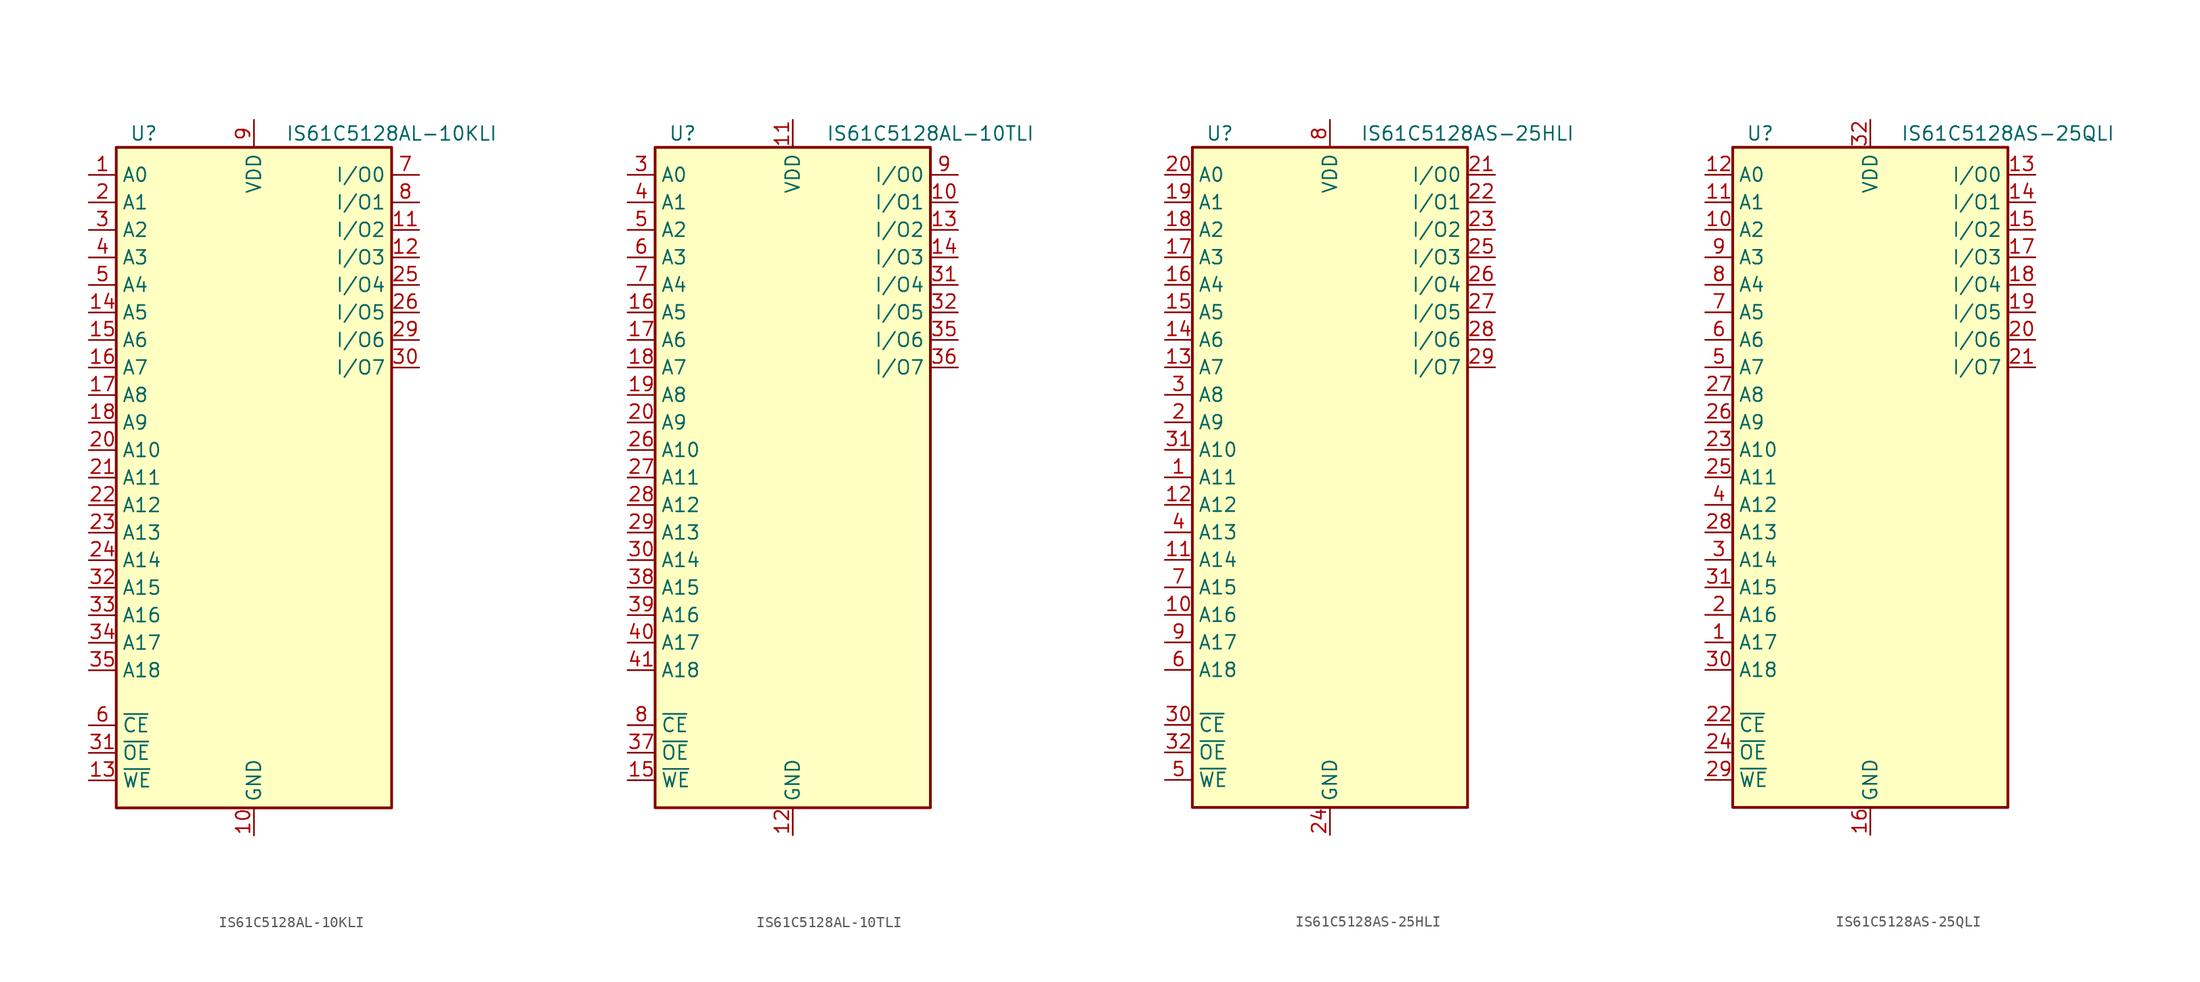
<source format=kicad_sym>
(kicad_symbol_lib
  (version 20201005)
  (generator kicad_symbol_editor)
  (symbol "Memory_RAM:IS61C5128AL-10KLI"
    (property "Reference" "U"
      (at -10.16 31.75 0)
      (effects (font (size 1.27 1.27))))
    (property "Value" "IS61C5128AL-10KLI"
      (at 12.7 31.75 0)
      (effects (font (size 1.27 1.27))))
    (symbol "IS61C5128AL-10KLI_0_1"
      (rectangle (start -12.7 30.48) (end 12.7 -30.48) (stroke (width 0.254)) (fill (type background))))
    (symbol "IS61C5128AL-10KLI_1_1"
      (pin input line (at -15.24 27.94 0) (length 2.54) (name "A0" (effects (font (size 1.27 1.27)))) (number "1" (effects (font (size 1.27 1.27)))))
      (pin power_in line (at 0 -33.02 90) (length 2.54) (name "GND" (effects (font (size 1.27 1.27)))) (number "10" (effects (font (size 1.27 1.27)))))
      (pin bidirectional line (at 15.24 22.86 180) (length 2.54) (name "I/O2" (effects (font (size 1.27 1.27)))) (number "11" (effects (font (size 1.27 1.27)))))
      (pin bidirectional line (at 15.24 20.32 180) (length 2.54) (name "I/O3" (effects (font (size 1.27 1.27)))) (number "12" (effects (font (size 1.27 1.27)))))
      (pin input line (at -15.24 -27.94 0) (length 2.54) (name "~WE" (effects (font (size 1.27 1.27)))) (number "13" (effects (font (size 1.27 1.27)))))
      (pin input line (at -15.24 15.24 0) (length 2.54) (name "A5" (effects (font (size 1.27 1.27)))) (number "14" (effects (font (size 1.27 1.27)))))
      (pin input line (at -15.24 12.7 0) (length 2.54) (name "A6" (effects (font (size 1.27 1.27)))) (number "15" (effects (font (size 1.27 1.27)))))
      (pin input line (at -15.24 10.16 0) (length 2.54) (name "A7" (effects (font (size 1.27 1.27)))) (number "16" (effects (font (size 1.27 1.27)))))
      (pin input line (at -15.24 7.62 0) (length 2.54) (name "A8" (effects (font (size 1.27 1.27)))) (number "17" (effects (font (size 1.27 1.27)))))
      (pin input line (at -15.24 5.08 0) (length 2.54) (name "A9" (effects (font (size 1.27 1.27)))) (number "18" (effects (font (size 1.27 1.27)))))
      (pin no_connect line (at 12.7 -27.94 180) (length 2.54) hide (name "NC" (effects (font (size 1.27 1.27)))) (number "19" (effects (font (size 1.27 1.27)))))
      (pin input line (at -15.24 25.4 0) (length 2.54) (name "A1" (effects (font (size 1.27 1.27)))) (number "2" (effects (font (size 1.27 1.27)))))
      (pin input line (at -15.24 2.54 0) (length 2.54) (name "A10" (effects (font (size 1.27 1.27)))) (number "20" (effects (font (size 1.27 1.27)))))
      (pin input line (at -15.24 0 0) (length 2.54) (name "A11" (effects (font (size 1.27 1.27)))) (number "21" (effects (font (size 1.27 1.27)))))
      (pin input line (at -15.24 -2.54 0) (length 2.54) (name "A12" (effects (font (size 1.27 1.27)))) (number "22" (effects (font (size 1.27 1.27)))))
      (pin input line (at -15.24 -5.08 0) (length 2.54) (name "A13" (effects (font (size 1.27 1.27)))) (number "23" (effects (font (size 1.27 1.27)))))
      (pin input line (at -15.24 -7.62 0) (length 2.54) (name "A14" (effects (font (size 1.27 1.27)))) (number "24" (effects (font (size 1.27 1.27)))))
      (pin bidirectional line (at 15.24 17.78 180) (length 2.54) (name "I/O4" (effects (font (size 1.27 1.27)))) (number "25" (effects (font (size 1.27 1.27)))))
      (pin bidirectional line (at 15.24 15.24 180) (length 2.54) (name "I/O5" (effects (font (size 1.27 1.27)))) (number "26" (effects (font (size 1.27 1.27)))))
      (pin passive line (at 0 33.02 270) (length 2.54) hide (name "VDD" (effects (font (size 1.27 1.27)))) (number "27" (effects (font (size 1.27 1.27)))))
      (pin passive line (at 0 -33.02 90) (length 2.54) hide (name "GND" (effects (font (size 1.27 1.27)))) (number "28" (effects (font (size 1.27 1.27)))))
      (pin bidirectional line (at 15.24 12.7 180) (length 2.54) (name "I/O6" (effects (font (size 1.27 1.27)))) (number "29" (effects (font (size 1.27 1.27)))))
      (pin input line (at -15.24 22.86 0) (length 2.54) (name "A2" (effects (font (size 1.27 1.27)))) (number "3" (effects (font (size 1.27 1.27)))))
      (pin bidirectional line (at 15.24 10.16 180) (length 2.54) (name "I/O7" (effects (font (size 1.27 1.27)))) (number "30" (effects (font (size 1.27 1.27)))))
      (pin input line (at -15.24 -25.4 0) (length 2.54) (name "~OE" (effects (font (size 1.27 1.27)))) (number "31" (effects (font (size 1.27 1.27)))))
      (pin input line (at -15.24 -10.16 0) (length 2.54) (name "A15" (effects (font (size 1.27 1.27)))) (number "32" (effects (font (size 1.27 1.27)))))
      (pin input line (at -15.24 -12.7 0) (length 2.54) (name "A16" (effects (font (size 1.27 1.27)))) (number "33" (effects (font (size 1.27 1.27)))))
      (pin input line (at -15.24 -15.24 0) (length 2.54) (name "A17" (effects (font (size 1.27 1.27)))) (number "34" (effects (font (size 1.27 1.27)))))
      (pin input line (at -15.24 -17.78 0) (length 2.54) (name "A18" (effects (font (size 1.27 1.27)))) (number "35" (effects (font (size 1.27 1.27)))))
      (pin no_connect line (at 12.7 -25.4 180) (length 2.54) hide (name "NC" (effects (font (size 1.27 1.27)))) (number "36" (effects (font (size 1.27 1.27)))))
      (pin input line (at -15.24 20.32 0) (length 2.54) (name "A3" (effects (font (size 1.27 1.27)))) (number "4" (effects (font (size 1.27 1.27)))))
      (pin input line (at -15.24 17.78 0) (length 2.54) (name "A4" (effects (font (size 1.27 1.27)))) (number "5" (effects (font (size 1.27 1.27)))))
      (pin input line (at -15.24 -22.86 0) (length 2.54) (name "~CE" (effects (font (size 1.27 1.27)))) (number "6" (effects (font (size 1.27 1.27)))))
      (pin bidirectional line (at 15.24 27.94 180) (length 2.54) (name "I/O0" (effects (font (size 1.27 1.27)))) (number "7" (effects (font (size 1.27 1.27)))))
      (pin bidirectional line (at 15.24 25.4 180) (length 2.54) (name "I/O1" (effects (font (size 1.27 1.27)))) (number "8" (effects (font (size 1.27 1.27)))))
      (pin power_in line (at 0 33.02 270) (length 2.54) (name "VDD" (effects (font (size 1.27 1.27)))) (number "9" (effects (font (size 1.27 1.27)))))))
  (symbol "Memory_RAM:IS61C5128AL-10TLI"
    (property "Reference" "U"
      (at -10.16 31.75 0)
      (effects (font (size 1.27 1.27))))
    (property "Value" "IS61C5128AL-10TLI"
      (at 12.7 31.75 0)
      (effects (font (size 1.27 1.27))))
    (symbol "IS61C5128AL-10TLI_0_1"
      (rectangle (start -12.7 30.48) (end 12.7 -30.48) (stroke (width 0.254)) (fill (type background))))
    (symbol "IS61C5128AL-10TLI_1_1"
      (pin no_connect line (at 12.7 -27.94 180) (length 2.54) hide (name "NC" (effects (font (size 1.27 1.27)))) (number "1" (effects (font (size 1.27 1.27)))))
      (pin bidirectional line (at 15.24 25.4 180) (length 2.54) (name "I/O1" (effects (font (size 1.27 1.27)))) (number "10" (effects (font (size 1.27 1.27)))))
      (pin power_in line (at 0 33.02 270) (length 2.54) (name "VDD" (effects (font (size 1.27 1.27)))) (number "11" (effects (font (size 1.27 1.27)))))
      (pin power_in line (at 0 -33.02 90) (length 2.54) (name "GND" (effects (font (size 1.27 1.27)))) (number "12" (effects (font (size 1.27 1.27)))))
      (pin bidirectional line (at 15.24 22.86 180) (length 2.54) (name "I/O2" (effects (font (size 1.27 1.27)))) (number "13" (effects (font (size 1.27 1.27)))))
      (pin bidirectional line (at 15.24 20.32 180) (length 2.54) (name "I/O3" (effects (font (size 1.27 1.27)))) (number "14" (effects (font (size 1.27 1.27)))))
      (pin input line (at -15.24 -27.94 0) (length 2.54) (name "~WE" (effects (font (size 1.27 1.27)))) (number "15" (effects (font (size 1.27 1.27)))))
      (pin input line (at -15.24 15.24 0) (length 2.54) (name "A5" (effects (font (size 1.27 1.27)))) (number "16" (effects (font (size 1.27 1.27)))))
      (pin input line (at -15.24 12.7 0) (length 2.54) (name "A6" (effects (font (size 1.27 1.27)))) (number "17" (effects (font (size 1.27 1.27)))))
      (pin input line (at -15.24 10.16 0) (length 2.54) (name "A7" (effects (font (size 1.27 1.27)))) (number "18" (effects (font (size 1.27 1.27)))))
      (pin input line (at -15.24 7.62 0) (length 2.54) (name "A8" (effects (font (size 1.27 1.27)))) (number "19" (effects (font (size 1.27 1.27)))))
      (pin no_connect line (at 12.7 -25.4 180) (length 2.54) hide (name "NC" (effects (font (size 1.27 1.27)))) (number "2" (effects (font (size 1.27 1.27)))))
      (pin input line (at -15.24 5.08 0) (length 2.54) (name "A9" (effects (font (size 1.27 1.27)))) (number "20" (effects (font (size 1.27 1.27)))))
      (pin no_connect line (at 12.7 -22.86 180) (length 2.54) hide (name "NC" (effects (font (size 1.27 1.27)))) (number "21" (effects (font (size 1.27 1.27)))))
      (pin no_connect line (at 12.7 -20.32 180) (length 2.54) hide (name "NC" (effects (font (size 1.27 1.27)))) (number "22" (effects (font (size 1.27 1.27)))))
      (pin no_connect line (at 12.7 -17.78 180) (length 2.54) hide (name "NC" (effects (font (size 1.27 1.27)))) (number "23" (effects (font (size 1.27 1.27)))))
      (pin no_connect line (at 12.7 -15.24 180) (length 2.54) hide (name "NC" (effects (font (size 1.27 1.27)))) (number "24" (effects (font (size 1.27 1.27)))))
      (pin no_connect line (at 12.7 -12.7 180) (length 2.54) hide (name "NC" (effects (font (size 1.27 1.27)))) (number "25" (effects (font (size 1.27 1.27)))))
      (pin input line (at -15.24 2.54 0) (length 2.54) (name "A10" (effects (font (size 1.27 1.27)))) (number "26" (effects (font (size 1.27 1.27)))))
      (pin input line (at -15.24 0 0) (length 2.54) (name "A11" (effects (font (size 1.27 1.27)))) (number "27" (effects (font (size 1.27 1.27)))))
      (pin input line (at -15.24 -2.54 0) (length 2.54) (name "A12" (effects (font (size 1.27 1.27)))) (number "28" (effects (font (size 1.27 1.27)))))
      (pin input line (at -15.24 -5.08 0) (length 2.54) (name "A13" (effects (font (size 1.27 1.27)))) (number "29" (effects (font (size 1.27 1.27)))))
      (pin input line (at -15.24 27.94 0) (length 2.54) (name "A0" (effects (font (size 1.27 1.27)))) (number "3" (effects (font (size 1.27 1.27)))))
      (pin input line (at -15.24 -7.62 0) (length 2.54) (name "A14" (effects (font (size 1.27 1.27)))) (number "30" (effects (font (size 1.27 1.27)))))
      (pin bidirectional line (at 15.24 17.78 180) (length 2.54) (name "I/O4" (effects (font (size 1.27 1.27)))) (number "31" (effects (font (size 1.27 1.27)))))
      (pin bidirectional line (at 15.24 15.24 180) (length 2.54) (name "I/O5" (effects (font (size 1.27 1.27)))) (number "32" (effects (font (size 1.27 1.27)))))
      (pin passive line (at 0 33.02 270) (length 2.54) hide (name "VDD" (effects (font (size 1.27 1.27)))) (number "33" (effects (font (size 1.27 1.27)))))
      (pin passive line (at 0 -33.02 90) (length 2.54) hide (name "GND" (effects (font (size 1.27 1.27)))) (number "34" (effects (font (size 1.27 1.27)))))
      (pin bidirectional line (at 15.24 12.7 180) (length 2.54) (name "I/O6" (effects (font (size 1.27 1.27)))) (number "35" (effects (font (size 1.27 1.27)))))
      (pin bidirectional line (at 15.24 10.16 180) (length 2.54) (name "I/O7" (effects (font (size 1.27 1.27)))) (number "36" (effects (font (size 1.27 1.27)))))
      (pin input line (at -15.24 -25.4 0) (length 2.54) (name "~OE" (effects (font (size 1.27 1.27)))) (number "37" (effects (font (size 1.27 1.27)))))
      (pin input line (at -15.24 -10.16 0) (length 2.54) (name "A15" (effects (font (size 1.27 1.27)))) (number "38" (effects (font (size 1.27 1.27)))))
      (pin input line (at -15.24 -12.7 0) (length 2.54) (name "A16" (effects (font (size 1.27 1.27)))) (number "39" (effects (font (size 1.27 1.27)))))
      (pin input line (at -15.24 25.4 0) (length 2.54) (name "A1" (effects (font (size 1.27 1.27)))) (number "4" (effects (font (size 1.27 1.27)))))
      (pin input line (at -15.24 -15.24 0) (length 2.54) (name "A17" (effects (font (size 1.27 1.27)))) (number "40" (effects (font (size 1.27 1.27)))))
      (pin input line (at -15.24 -17.78 0) (length 2.54) (name "A18" (effects (font (size 1.27 1.27)))) (number "41" (effects (font (size 1.27 1.27)))))
      (pin no_connect line (at 12.7 -10.16 180) (length 2.54) hide (name "NC" (effects (font (size 1.27 1.27)))) (number "42" (effects (font (size 1.27 1.27)))))
      (pin no_connect line (at 12.7 -7.62 180) (length 2.54) hide (name "NC" (effects (font (size 1.27 1.27)))) (number "43" (effects (font (size 1.27 1.27)))))
      (pin no_connect line (at 12.7 -5.08 180) (length 2.54) hide (name "NC" (effects (font (size 1.27 1.27)))) (number "44" (effects (font (size 1.27 1.27)))))
      (pin input line (at -15.24 22.86 0) (length 2.54) (name "A2" (effects (font (size 1.27 1.27)))) (number "5" (effects (font (size 1.27 1.27)))))
      (pin input line (at -15.24 20.32 0) (length 2.54) (name "A3" (effects (font (size 1.27 1.27)))) (number "6" (effects (font (size 1.27 1.27)))))
      (pin input line (at -15.24 17.78 0) (length 2.54) (name "A4" (effects (font (size 1.27 1.27)))) (number "7" (effects (font (size 1.27 1.27)))))
      (pin input line (at -15.24 -22.86 0) (length 2.54) (name "~CE" (effects (font (size 1.27 1.27)))) (number "8" (effects (font (size 1.27 1.27)))))
      (pin bidirectional line (at 15.24 27.94 180) (length 2.54) (name "I/O0" (effects (font (size 1.27 1.27)))) (number "9" (effects (font (size 1.27 1.27)))))))
  (symbol "Memory_RAM:IS61C5128AS-25HLI"
    (property "Reference" "U"
      (at -10.16 31.75 0)
      (effects (font (size 1.27 1.27))))
    (property "Value" "IS61C5128AS-25HLI"
      (at 12.7 31.75 0)
      (effects (font (size 1.27 1.27))))
    (symbol "IS61C5128AS-25HLI_0_1"
      (rectangle (start -12.7 30.48) (end 12.7 -30.48) (stroke (width 0.254)) (fill (type background))))
    (symbol "IS61C5128AS-25HLI_1_1"
      (pin input line (at -15.24 0 0) (length 2.54) (name "A11" (effects (font (size 1.27 1.27)))) (number "1" (effects (font (size 1.27 1.27)))))
      (pin input line (at -15.24 -12.7 0) (length 2.54) (name "A16" (effects (font (size 1.27 1.27)))) (number "10" (effects (font (size 1.27 1.27)))))
      (pin input line (at -15.24 -7.62 0) (length 2.54) (name "A14" (effects (font (size 1.27 1.27)))) (number "11" (effects (font (size 1.27 1.27)))))
      (pin input line (at -15.24 -2.54 0) (length 2.54) (name "A12" (effects (font (size 1.27 1.27)))) (number "12" (effects (font (size 1.27 1.27)))))
      (pin input line (at -15.24 10.16 0) (length 2.54) (name "A7" (effects (font (size 1.27 1.27)))) (number "13" (effects (font (size 1.27 1.27)))))
      (pin input line (at -15.24 12.7 0) (length 2.54) (name "A6" (effects (font (size 1.27 1.27)))) (number "14" (effects (font (size 1.27 1.27)))))
      (pin input line (at -15.24 15.24 0) (length 2.54) (name "A5" (effects (font (size 1.27 1.27)))) (number "15" (effects (font (size 1.27 1.27)))))
      (pin input line (at -15.24 17.78 0) (length 2.54) (name "A4" (effects (font (size 1.27 1.27)))) (number "16" (effects (font (size 1.27 1.27)))))
      (pin input line (at -15.24 20.32 0) (length 2.54) (name "A3" (effects (font (size 1.27 1.27)))) (number "17" (effects (font (size 1.27 1.27)))))
      (pin input line (at -15.24 22.86 0) (length 2.54) (name "A2" (effects (font (size 1.27 1.27)))) (number "18" (effects (font (size 1.27 1.27)))))
      (pin input line (at -15.24 25.4 0) (length 2.54) (name "A1" (effects (font (size 1.27 1.27)))) (number "19" (effects (font (size 1.27 1.27)))))
      (pin input line (at -15.24 5.08 0) (length 2.54) (name "A9" (effects (font (size 1.27 1.27)))) (number "2" (effects (font (size 1.27 1.27)))))
      (pin input line (at -15.24 27.94 0) (length 2.54) (name "A0" (effects (font (size 1.27 1.27)))) (number "20" (effects (font (size 1.27 1.27)))))
      (pin bidirectional line (at 15.24 27.94 180) (length 2.54) (name "I/O0" (effects (font (size 1.27 1.27)))) (number "21" (effects (font (size 1.27 1.27)))))
      (pin bidirectional line (at 15.24 25.4 180) (length 2.54) (name "I/O1" (effects (font (size 1.27 1.27)))) (number "22" (effects (font (size 1.27 1.27)))))
      (pin bidirectional line (at 15.24 22.86 180) (length 2.54) (name "I/O2" (effects (font (size 1.27 1.27)))) (number "23" (effects (font (size 1.27 1.27)))))
      (pin power_in line (at 0 -33.02 90) (length 2.54) (name "GND" (effects (font (size 1.27 1.27)))) (number "24" (effects (font (size 1.27 1.27)))))
      (pin bidirectional line (at 15.24 20.32 180) (length 2.54) (name "I/O3" (effects (font (size 1.27 1.27)))) (number "25" (effects (font (size 1.27 1.27)))))
      (pin bidirectional line (at 15.24 17.78 180) (length 2.54) (name "I/O4" (effects (font (size 1.27 1.27)))) (number "26" (effects (font (size 1.27 1.27)))))
      (pin bidirectional line (at 15.24 15.24 180) (length 2.54) (name "I/O5" (effects (font (size 1.27 1.27)))) (number "27" (effects (font (size 1.27 1.27)))))
      (pin bidirectional line (at 15.24 12.7 180) (length 2.54) (name "I/O6" (effects (font (size 1.27 1.27)))) (number "28" (effects (font (size 1.27 1.27)))))
      (pin bidirectional line (at 15.24 10.16 180) (length 2.54) (name "I/O7" (effects (font (size 1.27 1.27)))) (number "29" (effects (font (size 1.27 1.27)))))
      (pin input line (at -15.24 7.62 0) (length 2.54) (name "A8" (effects (font (size 1.27 1.27)))) (number "3" (effects (font (size 1.27 1.27)))))
      (pin input line (at -15.24 -22.86 0) (length 2.54) (name "~CE" (effects (font (size 1.27 1.27)))) (number "30" (effects (font (size 1.27 1.27)))))
      (pin input line (at -15.24 2.54 0) (length 2.54) (name "A10" (effects (font (size 1.27 1.27)))) (number "31" (effects (font (size 1.27 1.27)))))
      (pin input line (at -15.24 -25.4 0) (length 2.54) (name "~OE" (effects (font (size 1.27 1.27)))) (number "32" (effects (font (size 1.27 1.27)))))
      (pin input line (at -15.24 -5.08 0) (length 2.54) (name "A13" (effects (font (size 1.27 1.27)))) (number "4" (effects (font (size 1.27 1.27)))))
      (pin input line (at -15.24 -27.94 0) (length 2.54) (name "~WE" (effects (font (size 1.27 1.27)))) (number "5" (effects (font (size 1.27 1.27)))))
      (pin input line (at -15.24 -17.78 0) (length 2.54) (name "A18" (effects (font (size 1.27 1.27)))) (number "6" (effects (font (size 1.27 1.27)))))
      (pin input line (at -15.24 -10.16 0) (length 2.54) (name "A15" (effects (font (size 1.27 1.27)))) (number "7" (effects (font (size 1.27 1.27)))))
      (pin power_in line (at 0 33.02 270) (length 2.54) (name "VDD" (effects (font (size 1.27 1.27)))) (number "8" (effects (font (size 1.27 1.27)))))
      (pin input line (at -15.24 -15.24 0) (length 2.54) (name "A17" (effects (font (size 1.27 1.27)))) (number "9" (effects (font (size 1.27 1.27)))))))
  (symbol "Memory_RAM:IS61C5128AS-25QLI"
    (property "Reference" "U"
      (at -10.16 31.75 0)
      (effects (font (size 1.27 1.27))))
    (property "Value" "IS61C5128AS-25QLI"
      (at 12.7 31.75 0)
      (effects (font (size 1.27 1.27))))
    (symbol "IS61C5128AS-25QLI_0_1"
      (rectangle (start -12.7 30.48) (end 12.7 -30.48) (stroke (width 0.254)) (fill (type background))))
    (symbol "IS61C5128AS-25QLI_1_1"
      (pin input line (at -15.24 -15.24 0) (length 2.54) (name "A17" (effects (font (size 1.27 1.27)))) (number "1" (effects (font (size 1.27 1.27)))))
      (pin input line (at -15.24 22.86 0) (length 2.54) (name "A2" (effects (font (size 1.27 1.27)))) (number "10" (effects (font (size 1.27 1.27)))))
      (pin input line (at -15.24 25.4 0) (length 2.54) (name "A1" (effects (font (size 1.27 1.27)))) (number "11" (effects (font (size 1.27 1.27)))))
      (pin input line (at -15.24 27.94 0) (length 2.54) (name "A0" (effects (font (size 1.27 1.27)))) (number "12" (effects (font (size 1.27 1.27)))))
      (pin bidirectional line (at 15.24 27.94 180) (length 2.54) (name "I/O0" (effects (font (size 1.27 1.27)))) (number "13" (effects (font (size 1.27 1.27)))))
      (pin bidirectional line (at 15.24 25.4 180) (length 2.54) (name "I/O1" (effects (font (size 1.27 1.27)))) (number "14" (effects (font (size 1.27 1.27)))))
      (pin bidirectional line (at 15.24 22.86 180) (length 2.54) (name "I/O2" (effects (font (size 1.27 1.27)))) (number "15" (effects (font (size 1.27 1.27)))))
      (pin power_in line (at 0 -33.02 90) (length 2.54) (name "GND" (effects (font (size 1.27 1.27)))) (number "16" (effects (font (size 1.27 1.27)))))
      (pin bidirectional line (at 15.24 20.32 180) (length 2.54) (name "I/O3" (effects (font (size 1.27 1.27)))) (number "17" (effects (font (size 1.27 1.27)))))
      (pin bidirectional line (at 15.24 17.78 180) (length 2.54) (name "I/O4" (effects (font (size 1.27 1.27)))) (number "18" (effects (font (size 1.27 1.27)))))
      (pin bidirectional line (at 15.24 15.24 180) (length 2.54) (name "I/O5" (effects (font (size 1.27 1.27)))) (number "19" (effects (font (size 1.27 1.27)))))
      (pin input line (at -15.24 -12.7 0) (length 2.54) (name "A16" (effects (font (size 1.27 1.27)))) (number "2" (effects (font (size 1.27 1.27)))))
      (pin bidirectional line (at 15.24 12.7 180) (length 2.54) (name "I/O6" (effects (font (size 1.27 1.27)))) (number "20" (effects (font (size 1.27 1.27)))))
      (pin bidirectional line (at 15.24 10.16 180) (length 2.54) (name "I/O7" (effects (font (size 1.27 1.27)))) (number "21" (effects (font (size 1.27 1.27)))))
      (pin input line (at -15.24 -22.86 0) (length 2.54) (name "~CE" (effects (font (size 1.27 1.27)))) (number "22" (effects (font (size 1.27 1.27)))))
      (pin input line (at -15.24 2.54 0) (length 2.54) (name "A10" (effects (font (size 1.27 1.27)))) (number "23" (effects (font (size 1.27 1.27)))))
      (pin input line (at -15.24 -25.4 0) (length 2.54) (name "~OE" (effects (font (size 1.27 1.27)))) (number "24" (effects (font (size 1.27 1.27)))))
      (pin input line (at -15.24 0 0) (length 2.54) (name "A11" (effects (font (size 1.27 1.27)))) (number "25" (effects (font (size 1.27 1.27)))))
      (pin input line (at -15.24 5.08 0) (length 2.54) (name "A9" (effects (font (size 1.27 1.27)))) (number "26" (effects (font (size 1.27 1.27)))))
      (pin input line (at -15.24 7.62 0) (length 2.54) (name "A8" (effects (font (size 1.27 1.27)))) (number "27" (effects (font (size 1.27 1.27)))))
      (pin input line (at -15.24 -5.08 0) (length 2.54) (name "A13" (effects (font (size 1.27 1.27)))) (number "28" (effects (font (size 1.27 1.27)))))
      (pin input line (at -15.24 -27.94 0) (length 2.54) (name "~WE" (effects (font (size 1.27 1.27)))) (number "29" (effects (font (size 1.27 1.27)))))
      (pin input line (at -15.24 -7.62 0) (length 2.54) (name "A14" (effects (font (size 1.27 1.27)))) (number "3" (effects (font (size 1.27 1.27)))))
      (pin input line (at -15.24 -17.78 0) (length 2.54) (name "A18" (effects (font (size 1.27 1.27)))) (number "30" (effects (font (size 1.27 1.27)))))
      (pin input line (at -15.24 -10.16 0) (length 2.54) (name "A15" (effects (font (size 1.27 1.27)))) (number "31" (effects (font (size 1.27 1.27)))))
      (pin power_in line (at 0 33.02 270) (length 2.54) (name "VDD" (effects (font (size 1.27 1.27)))) (number "32" (effects (font (size 1.27 1.27)))))
      (pin input line (at -15.24 -2.54 0) (length 2.54) (name "A12" (effects (font (size 1.27 1.27)))) (number "4" (effects (font (size 1.27 1.27)))))
      (pin input line (at -15.24 10.16 0) (length 2.54) (name "A7" (effects (font (size 1.27 1.27)))) (number "5" (effects (font (size 1.27 1.27)))))
      (pin input line (at -15.24 12.7 0) (length 2.54) (name "A6" (effects (font (size 1.27 1.27)))) (number "6" (effects (font (size 1.27 1.27)))))
      (pin input line (at -15.24 15.24 0) (length 2.54) (name "A5" (effects (font (size 1.27 1.27)))) (number "7" (effects (font (size 1.27 1.27)))))
      (pin input line (at -15.24 17.78 0) (length 2.54) (name "A4" (effects (font (size 1.27 1.27)))) (number "8" (effects (font (size 1.27 1.27)))))
      (pin input line (at -15.24 20.32 0) (length 2.54) (name "A3" (effects (font (size 1.27 1.27)))) (number "9" (effects (font (size 1.27 1.27))))))))
</source>
